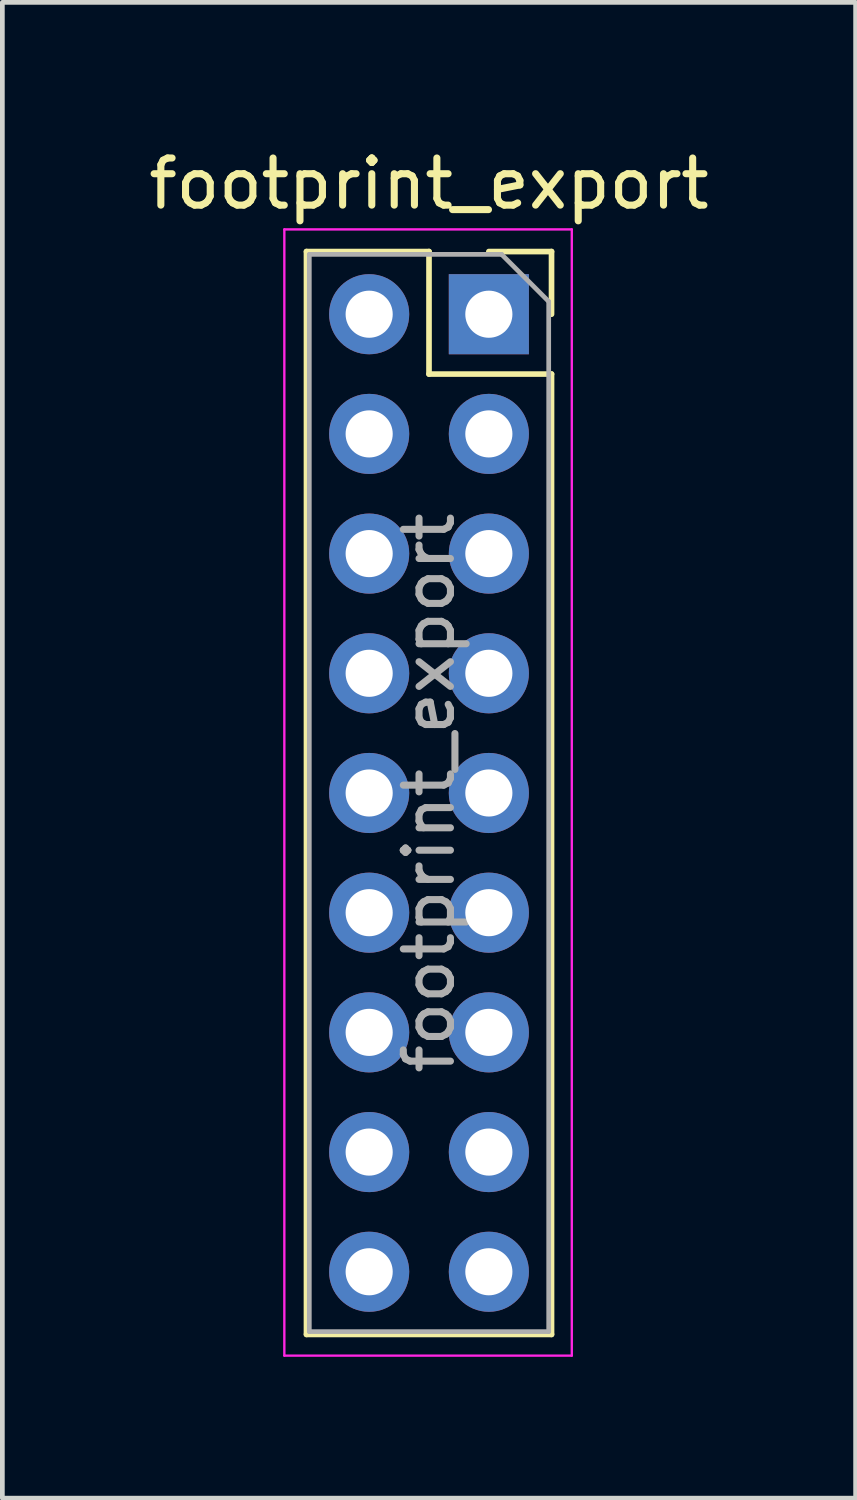
<source format=kicad_pcb>
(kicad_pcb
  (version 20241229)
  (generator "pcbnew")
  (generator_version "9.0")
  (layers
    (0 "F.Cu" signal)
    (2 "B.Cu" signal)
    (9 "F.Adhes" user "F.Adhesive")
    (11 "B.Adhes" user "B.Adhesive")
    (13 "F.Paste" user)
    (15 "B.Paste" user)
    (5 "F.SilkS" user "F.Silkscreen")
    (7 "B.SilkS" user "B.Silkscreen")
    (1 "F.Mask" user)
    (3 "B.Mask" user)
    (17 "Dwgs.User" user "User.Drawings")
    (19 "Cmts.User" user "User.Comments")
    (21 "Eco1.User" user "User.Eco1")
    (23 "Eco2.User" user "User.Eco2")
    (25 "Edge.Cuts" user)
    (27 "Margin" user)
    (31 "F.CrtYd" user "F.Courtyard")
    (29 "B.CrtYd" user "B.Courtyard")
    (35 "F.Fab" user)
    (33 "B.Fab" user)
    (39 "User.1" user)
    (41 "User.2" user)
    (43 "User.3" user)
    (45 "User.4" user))
  (footprint "footprint_export"
    (layer "F.Cu")
    (at 7.324 3.618)
    (property "Reference" "footprint_export" (at -1.27 -2.77 0) (layer "F.SilkS") (effects (font (size 1 1) (thickness 0.15))))
    (attr through_hole)
    (fp_line (start -3.87 -1.33) (end -3.87 21.65) (stroke (width 0.12) (type solid)) (layer "F.SilkS"))
    (fp_line (start -3.87 -1.33) (end -1.27 -1.33) (stroke (width 0.12) (type solid)) (layer "F.SilkS"))
    (fp_line (start -3.87 21.65) (end 1.33 21.65) (stroke (width 0.12) (type solid)) (layer "F.SilkS"))
    (fp_line (start -1.27 -1.33) (end -1.27 1.27) (stroke (width 0.12) (type solid)) (layer "F.SilkS"))
    (fp_line (start -1.27 1.27) (end 1.33 1.27) (stroke (width 0.12) (type solid)) (layer "F.SilkS"))
    (fp_line (start 0 -1.33) (end 1.33 -1.33) (stroke (width 0.12) (type solid)) (layer "F.SilkS"))
    (fp_line (start 1.33 -1.33) (end 1.33 0) (stroke (width 0.12) (type solid)) (layer "F.SilkS"))
    (fp_line (start 1.33 1.27) (end 1.33 21.65) (stroke (width 0.12) (type solid)) (layer "F.SilkS"))
    (fp_line (start -4.34 -1.8) (end 1.76 -1.8) (stroke (width 0.05) (type solid)) (layer "F.CrtYd"))
    (fp_line (start -4.34 22.1) (end -4.34 -1.8) (stroke (width 0.05) (type solid)) (layer "F.CrtYd"))
    (fp_line (start 1.76 -1.8) (end 1.76 22.1) (stroke (width 0.05) (type solid)) (layer "F.CrtYd"))
    (fp_line (start 1.76 22.1) (end -4.34 22.1) (stroke (width 0.05) (type solid)) (layer "F.CrtYd"))
    (fp_line (start -3.81 -1.27) (end 0.27 -1.27) (stroke (width 0.1) (type solid)) (layer "F.Fab"))
    (fp_line (start -3.81 21.59) (end -3.81 -1.27) (stroke (width 0.1) (type solid)) (layer "F.Fab"))
    (fp_line (start 0.27 -1.27) (end 1.27 -0.27) (stroke (width 0.1) (type solid)) (layer "F.Fab"))
    (fp_line (start 1.27 -0.27) (end 1.27 21.59) (stroke (width 0.1) (type solid)) (layer "F.Fab"))
    (fp_line (start 1.27 21.59) (end -3.81 21.59) (stroke (width 0.1) (type solid)) (layer "F.Fab"))
    (fp_text user "${REFERENCE}" (at -1.27 10.16 90) (layer "F.Fab") (effects (font (size 1 1) (thickness 0.15))))
    (pad "1" thru_hole rect (at 0 0) (size 1.7 1.7) (drill 1) (layers "*.Cu" "*.Mask"))
    (pad "2" thru_hole oval (at -2.54 0) (size 1.7 1.7) (drill 1) (layers "*.Cu" "*.Mask"))
    (pad "3" thru_hole oval (at 0 2.54) (size 1.7 1.7) (drill 1) (layers "*.Cu" "*.Mask"))
    (pad "4" thru_hole oval (at -2.54 2.54) (size 1.7 1.7) (drill 1) (layers "*.Cu" "*.Mask"))
    (pad "5" thru_hole oval (at 0 5.08) (size 1.7 1.7) (drill 1) (layers "*.Cu" "*.Mask"))
    (pad "6" thru_hole oval (at -2.54 5.08) (size 1.7 1.7) (drill 1) (layers "*.Cu" "*.Mask"))
    (pad "7" thru_hole oval (at 0 7.62) (size 1.7 1.7) (drill 1) (layers "*.Cu" "*.Mask"))
    (pad "8" thru_hole oval (at -2.54 7.62) (size 1.7 1.7) (drill 1) (layers "*.Cu" "*.Mask"))
    (pad "9" thru_hole oval (at 0 10.16) (size 1.7 1.7) (drill 1) (layers "*.Cu" "*.Mask"))
    (pad "10" thru_hole oval (at -2.54 10.16) (size 1.7 1.7) (drill 1) (layers "*.Cu" "*.Mask"))
    (pad "11" thru_hole oval (at 0 12.7) (size 1.7 1.7) (drill 1) (layers "*.Cu" "*.Mask"))
    (pad "12" thru_hole oval (at -2.54 12.7) (size 1.7 1.7) (drill 1) (layers "*.Cu" "*.Mask"))
    (pad "13" thru_hole oval (at 0 15.24) (size 1.7 1.7) (drill 1) (layers "*.Cu" "*.Mask"))
    (pad "14" thru_hole oval (at -2.54 15.24) (size 1.7 1.7) (drill 1) (layers "*.Cu" "*.Mask"))
    (pad "15" thru_hole oval (at 0 17.78) (size 1.7 1.7) (drill 1) (layers "*.Cu" "*.Mask"))
    (pad "16" thru_hole oval (at -2.54 17.78) (size 1.7 1.7) (drill 1) (layers "*.Cu" "*.Mask"))
    (pad "17" thru_hole oval (at 0 20.32) (size 1.7 1.7) (drill 1) (layers "*.Cu" "*.Mask"))
    (pad "18" thru_hole oval (at -2.54 20.32) (size 1.7 1.7) (drill 1) (layers "*.Cu" "*.Mask")))
  (gr_rect
    (start -3 -3)
    (end 15.107 28.743)
    (stroke (width 0.1) (type default))
    (fill no)
    (layer "Edge.Cuts")))
</source>
